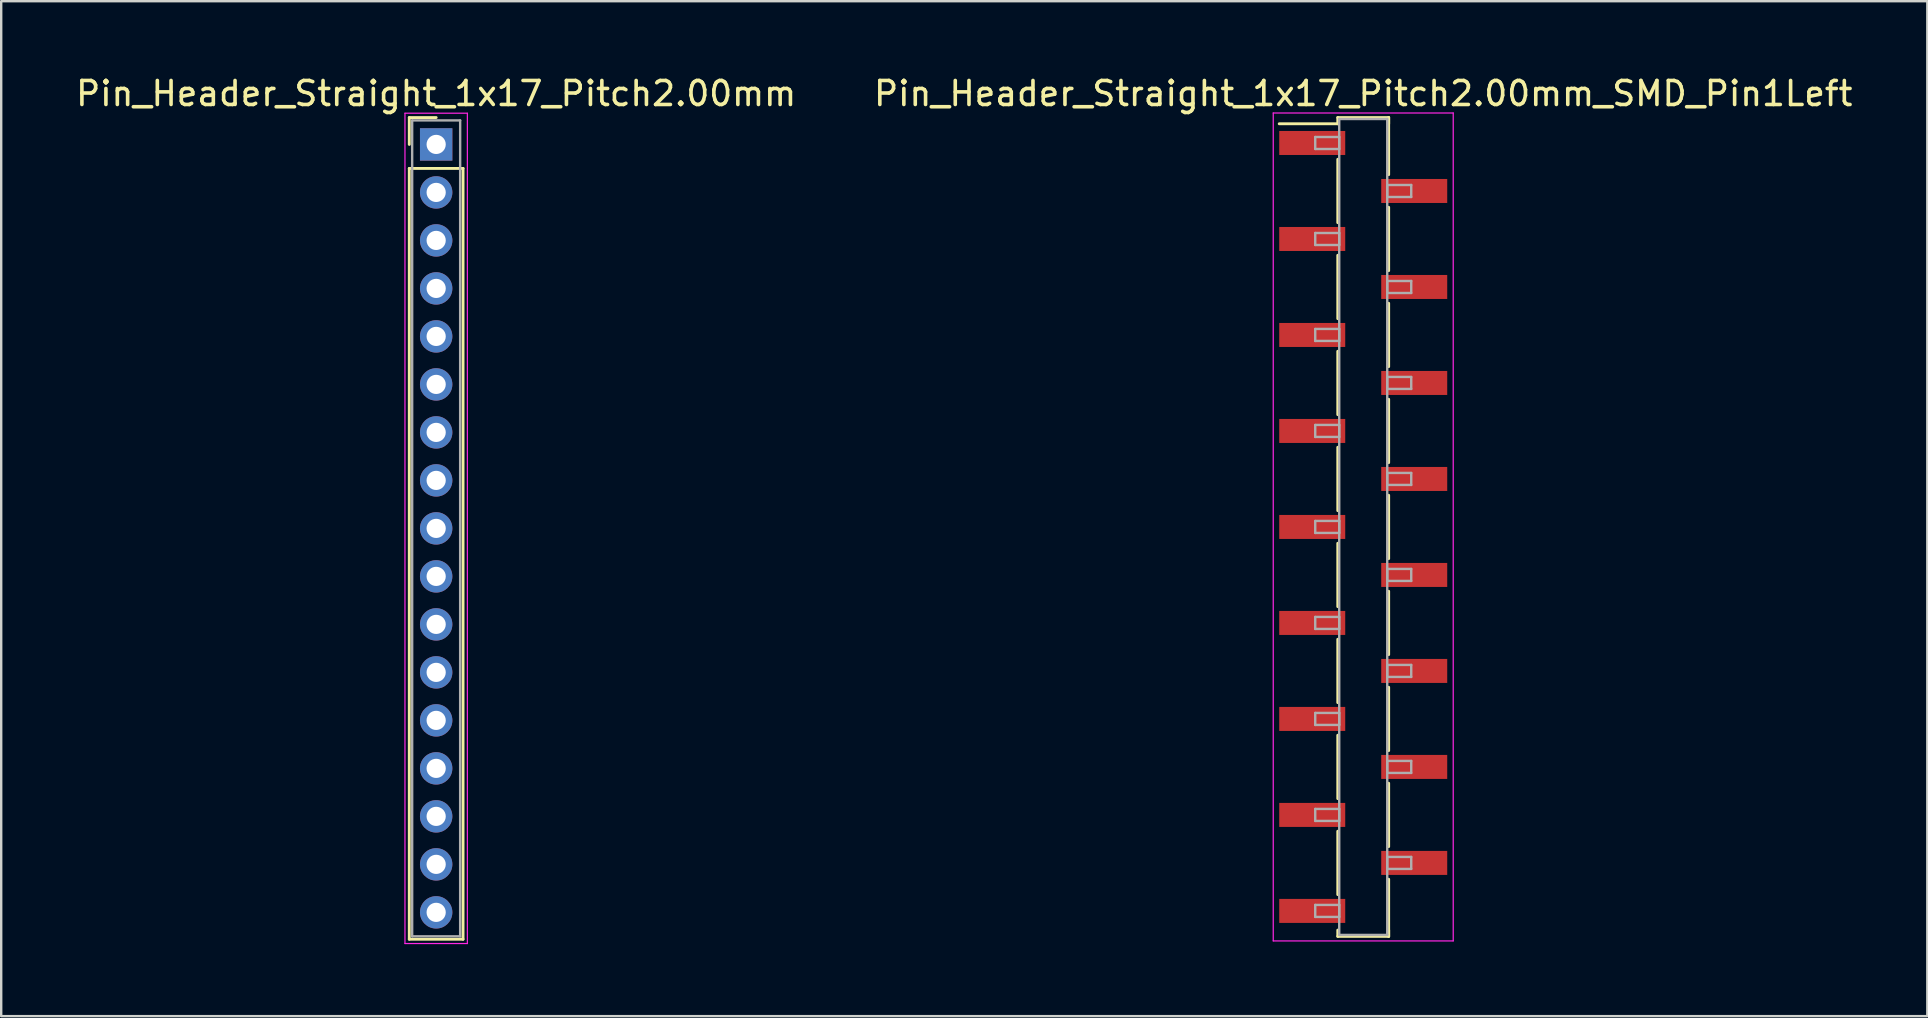
<source format=kicad_pcb>
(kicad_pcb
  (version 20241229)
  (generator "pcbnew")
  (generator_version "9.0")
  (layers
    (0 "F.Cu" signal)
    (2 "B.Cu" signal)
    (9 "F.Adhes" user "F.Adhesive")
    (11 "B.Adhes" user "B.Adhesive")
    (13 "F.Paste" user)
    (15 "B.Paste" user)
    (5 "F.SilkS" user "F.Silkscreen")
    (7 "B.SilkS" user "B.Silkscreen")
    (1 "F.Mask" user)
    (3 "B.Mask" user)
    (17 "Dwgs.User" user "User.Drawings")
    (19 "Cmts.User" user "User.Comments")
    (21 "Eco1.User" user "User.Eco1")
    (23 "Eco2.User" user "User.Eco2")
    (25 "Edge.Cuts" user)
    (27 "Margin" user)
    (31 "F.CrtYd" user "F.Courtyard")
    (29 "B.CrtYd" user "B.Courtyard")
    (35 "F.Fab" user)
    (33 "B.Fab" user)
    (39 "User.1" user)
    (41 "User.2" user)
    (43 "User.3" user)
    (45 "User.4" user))
  (footprint "Pin_Header_Straight_1x17_Pitch2.00mm_SMD_Pin1Left"
    (layer "F.Cu")
    (at 53.756 18.908)
    (property "Reference" "Pin_Header_Straight_1x17_Pitch2.00mm_SMD_Pin1Left" (at 0 -18.06 0) (layer "F.SilkS") (effects (font (size 1 1) (thickness 0.15))))
    (attr smd)
    (fp_line (start -1.06 -17.06) (end 1.06 -17.06) (stroke (width 0.12) (type solid)) (layer "F.SilkS"))
    (fp_line (start -1.06 -16.8) (end -3.5 -16.8) (stroke (width 0.12) (type solid)) (layer "F.SilkS"))
    (fp_line (start -1.06 -16.8) (end -1.06 -17.06) (stroke (width 0.12) (type solid)) (layer "F.SilkS"))
    (fp_line (start -1.06 -15.32) (end -1.06 -12.68) (stroke (width 0.12) (type solid)) (layer "F.SilkS"))
    (fp_line (start -1.06 -11.32) (end -1.06 -8.68) (stroke (width 0.12) (type solid)) (layer "F.SilkS"))
    (fp_line (start -1.06 -7.32) (end -1.06 -4.68) (stroke (width 0.12) (type solid)) (layer "F.SilkS"))
    (fp_line (start -1.06 -3.32) (end -1.06 -0.68) (stroke (width 0.12) (type solid)) (layer "F.SilkS"))
    (fp_line (start -1.06 0.68) (end -1.06 3.32) (stroke (width 0.12) (type solid)) (layer "F.SilkS"))
    (fp_line (start -1.06 4.68) (end -1.06 7.32) (stroke (width 0.12) (type solid)) (layer "F.SilkS"))
    (fp_line (start -1.06 8.68) (end -1.06 11.32) (stroke (width 0.12) (type solid)) (layer "F.SilkS"))
    (fp_line (start -1.06 12.68) (end -1.06 15.32) (stroke (width 0.12) (type solid)) (layer "F.SilkS"))
    (fp_line (start -1.06 16.8) (end -1.06 17.06) (stroke (width 0.12) (type solid)) (layer "F.SilkS"))
    (fp_line (start -1.06 17.06) (end 1.06 17.06) (stroke (width 0.12) (type solid)) (layer "F.SilkS"))
    (fp_line (start 1.06 -17.06) (end 1.06 -16.8) (stroke (width 0.12) (type solid)) (layer "F.SilkS"))
    (fp_line (start 1.06 -17.06) (end 1.06 -14.68) (stroke (width 0.12) (type solid)) (layer "F.SilkS"))
    (fp_line (start 1.06 -13.32) (end 1.06 -10.68) (stroke (width 0.12) (type solid)) (layer "F.SilkS"))
    (fp_line (start 1.06 -9.32) (end 1.06 -6.68) (stroke (width 0.12) (type solid)) (layer "F.SilkS"))
    (fp_line (start 1.06 -5.32) (end 1.06 -2.68) (stroke (width 0.12) (type solid)) (layer "F.SilkS"))
    (fp_line (start 1.06 -1.32) (end 1.06 1.32) (stroke (width 0.12) (type solid)) (layer "F.SilkS"))
    (fp_line (start 1.06 2.68) (end 1.06 5.32) (stroke (width 0.12) (type solid)) (layer "F.SilkS"))
    (fp_line (start 1.06 6.68) (end 1.06 9.32) (stroke (width 0.12) (type solid)) (layer "F.SilkS"))
    (fp_line (start 1.06 10.68) (end 1.06 13.32) (stroke (width 0.12) (type solid)) (layer "F.SilkS"))
    (fp_line (start 1.06 14.68) (end 1.06 17.06) (stroke (width 0.12) (type solid)) (layer "F.SilkS"))
    (fp_line (start 1.06 17.06) (end 1.06 16.8) (stroke (width 0.12) (type solid)) (layer "F.SilkS"))
    (fp_line (start -3.75 -17.25) (end -3.75 17.25) (stroke (width 0.05) (type solid)) (layer "F.CrtYd"))
    (fp_line (start -3.75 17.25) (end 3.75 17.25) (stroke (width 0.05) (type solid)) (layer "F.CrtYd"))
    (fp_line (start 3.75 -17.25) (end -3.75 -17.25) (stroke (width 0.05) (type solid)) (layer "F.CrtYd"))
    (fp_line (start 3.75 17.25) (end 3.75 -17.25) (stroke (width 0.05) (type solid)) (layer "F.CrtYd"))
    (fp_line (start -2 -16.25) (end -1 -16.25) (stroke (width 0.1) (type solid)) (layer "F.Fab"))
    (fp_line (start -2 -15.75) (end -2 -16.25) (stroke (width 0.1) (type solid)) (layer "F.Fab"))
    (fp_line (start -2 -12.25) (end -1 -12.25) (stroke (width 0.1) (type solid)) (layer "F.Fab"))
    (fp_line (start -2 -11.75) (end -2 -12.25) (stroke (width 0.1) (type solid)) (layer "F.Fab"))
    (fp_line (start -2 -8.25) (end -1 -8.25) (stroke (width 0.1) (type solid)) (layer "F.Fab"))
    (fp_line (start -2 -7.75) (end -2 -8.25) (stroke (width 0.1) (type solid)) (layer "F.Fab"))
    (fp_line (start -2 -4.25) (end -1 -4.25) (stroke (width 0.1) (type solid)) (layer "F.Fab"))
    (fp_line (start -2 -3.75) (end -2 -4.25) (stroke (width 0.1) (type solid)) (layer "F.Fab"))
    (fp_line (start -2 -0.25) (end -1 -0.25) (stroke (width 0.1) (type solid)) (layer "F.Fab"))
    (fp_line (start -2 0.25) (end -2 -0.25) (stroke (width 0.1) (type solid)) (layer "F.Fab"))
    (fp_line (start -2 3.75) (end -1 3.75) (stroke (width 0.1) (type solid)) (layer "F.Fab"))
    (fp_line (start -2 4.25) (end -2 3.75) (stroke (width 0.1) (type solid)) (layer "F.Fab"))
    (fp_line (start -2 7.75) (end -1 7.75) (stroke (width 0.1) (type solid)) (layer "F.Fab"))
    (fp_line (start -2 8.25) (end -2 7.75) (stroke (width 0.1) (type solid)) (layer "F.Fab"))
    (fp_line (start -2 11.75) (end -1 11.75) (stroke (width 0.1) (type solid)) (layer "F.Fab"))
    (fp_line (start -2 12.25) (end -2 11.75) (stroke (width 0.1) (type solid)) (layer "F.Fab"))
    (fp_line (start -2 15.75) (end -1 15.75) (stroke (width 0.1) (type solid)) (layer "F.Fab"))
    (fp_line (start -2 16.25) (end -2 15.75) (stroke (width 0.1) (type solid)) (layer "F.Fab"))
    (fp_line (start -1 -17) (end -1 17) (stroke (width 0.1) (type solid)) (layer "F.Fab"))
    (fp_line (start -1 -16.25) (end -1 -15.75) (stroke (width 0.1) (type solid)) (layer "F.Fab"))
    (fp_line (start -1 -15.75) (end -2 -15.75) (stroke (width 0.1) (type solid)) (layer "F.Fab"))
    (fp_line (start -1 -12.25) (end -1 -11.75) (stroke (width 0.1) (type solid)) (layer "F.Fab"))
    (fp_line (start -1 -11.75) (end -2 -11.75) (stroke (width 0.1) (type solid)) (layer "F.Fab"))
    (fp_line (start -1 -8.25) (end -1 -7.75) (stroke (width 0.1) (type solid)) (layer "F.Fab"))
    (fp_line (start -1 -7.75) (end -2 -7.75) (stroke (width 0.1) (type solid)) (layer "F.Fab"))
    (fp_line (start -1 -4.25) (end -1 -3.75) (stroke (width 0.1) (type solid)) (layer "F.Fab"))
    (fp_line (start -1 -3.75) (end -2 -3.75) (stroke (width 0.1) (type solid)) (layer "F.Fab"))
    (fp_line (start -1 -0.25) (end -1 0.25) (stroke (width 0.1) (type solid)) (layer "F.Fab"))
    (fp_line (start -1 0.25) (end -2 0.25) (stroke (width 0.1) (type solid)) (layer "F.Fab"))
    (fp_line (start -1 3.75) (end -1 4.25) (stroke (width 0.1) (type solid)) (layer "F.Fab"))
    (fp_line (start -1 4.25) (end -2 4.25) (stroke (width 0.1) (type solid)) (layer "F.Fab"))
    (fp_line (start -1 7.75) (end -1 8.25) (stroke (width 0.1) (type solid)) (layer "F.Fab"))
    (fp_line (start -1 8.25) (end -2 8.25) (stroke (width 0.1) (type solid)) (layer "F.Fab"))
    (fp_line (start -1 11.75) (end -1 12.25) (stroke (width 0.1) (type solid)) (layer "F.Fab"))
    (fp_line (start -1 12.25) (end -2 12.25) (stroke (width 0.1) (type solid)) (layer "F.Fab"))
    (fp_line (start -1 15.75) (end -1 16.25) (stroke (width 0.1) (type solid)) (layer "F.Fab"))
    (fp_line (start -1 16.25) (end -2 16.25) (stroke (width 0.1) (type solid)) (layer "F.Fab"))
    (fp_line (start -1 17) (end 1 17) (stroke (width 0.1) (type solid)) (layer "F.Fab"))
    (fp_line (start 1 -17) (end -1 -17) (stroke (width 0.1) (type solid)) (layer "F.Fab"))
    (fp_line (start 1 -14.25) (end 1 -13.75) (stroke (width 0.1) (type solid)) (layer "F.Fab"))
    (fp_line (start 1 -13.75) (end 2 -13.75) (stroke (width 0.1) (type solid)) (layer "F.Fab"))
    (fp_line (start 1 -10.25) (end 1 -9.75) (stroke (width 0.1) (type solid)) (layer "F.Fab"))
    (fp_line (start 1 -9.75) (end 2 -9.75) (stroke (width 0.1) (type solid)) (layer "F.Fab"))
    (fp_line (start 1 -6.25) (end 1 -5.75) (stroke (width 0.1) (type solid)) (layer "F.Fab"))
    (fp_line (start 1 -5.75) (end 2 -5.75) (stroke (width 0.1) (type solid)) (layer "F.Fab"))
    (fp_line (start 1 -2.25) (end 1 -1.75) (stroke (width 0.1) (type solid)) (layer "F.Fab"))
    (fp_line (start 1 -1.75) (end 2 -1.75) (stroke (width 0.1) (type solid)) (layer "F.Fab"))
    (fp_line (start 1 1.75) (end 1 2.25) (stroke (width 0.1) (type solid)) (layer "F.Fab"))
    (fp_line (start 1 2.25) (end 2 2.25) (stroke (width 0.1) (type solid)) (layer "F.Fab"))
    (fp_line (start 1 5.75) (end 1 6.25) (stroke (width 0.1) (type solid)) (layer "F.Fab"))
    (fp_line (start 1 6.25) (end 2 6.25) (stroke (width 0.1) (type solid)) (layer "F.Fab"))
    (fp_line (start 1 9.75) (end 1 10.25) (stroke (width 0.1) (type solid)) (layer "F.Fab"))
    (fp_line (start 1 10.25) (end 2 10.25) (stroke (width 0.1) (type solid)) (layer "F.Fab"))
    (fp_line (start 1 13.75) (end 1 14.25) (stroke (width 0.1) (type solid)) (layer "F.Fab"))
    (fp_line (start 1 14.25) (end 2 14.25) (stroke (width 0.1) (type solid)) (layer "F.Fab"))
    (fp_line (start 1 17) (end 1 -17) (stroke (width 0.1) (type solid)) (layer "F.Fab"))
    (fp_line (start 2 -14.25) (end 1 -14.25) (stroke (width 0.1) (type solid)) (layer "F.Fab"))
    (fp_line (start 2 -13.75) (end 2 -14.25) (stroke (width 0.1) (type solid)) (layer "F.Fab"))
    (fp_line (start 2 -10.25) (end 1 -10.25) (stroke (width 0.1) (type solid)) (layer "F.Fab"))
    (fp_line (start 2 -9.75) (end 2 -10.25) (stroke (width 0.1) (type solid)) (layer "F.Fab"))
    (fp_line (start 2 -6.25) (end 1 -6.25) (stroke (width 0.1) (type solid)) (layer "F.Fab"))
    (fp_line (start 2 -5.75) (end 2 -6.25) (stroke (width 0.1) (type solid)) (layer "F.Fab"))
    (fp_line (start 2 -2.25) (end 1 -2.25) (stroke (width 0.1) (type solid)) (layer "F.Fab"))
    (fp_line (start 2 -1.75) (end 2 -2.25) (stroke (width 0.1) (type solid)) (layer "F.Fab"))
    (fp_line (start 2 1.75) (end 1 1.75) (stroke (width 0.1) (type solid)) (layer "F.Fab"))
    (fp_line (start 2 2.25) (end 2 1.75) (stroke (width 0.1) (type solid)) (layer "F.Fab"))
    (fp_line (start 2 5.75) (end 1 5.75) (stroke (width 0.1) (type solid)) (layer "F.Fab"))
    (fp_line (start 2 6.25) (end 2 5.75) (stroke (width 0.1) (type solid)) (layer "F.Fab"))
    (fp_line (start 2 9.75) (end 1 9.75) (stroke (width 0.1) (type solid)) (layer "F.Fab"))
    (fp_line (start 2 10.25) (end 2 9.75) (stroke (width 0.1) (type solid)) (layer "F.Fab"))
    (fp_line (start 2 13.75) (end 1 13.75) (stroke (width 0.1) (type solid)) (layer "F.Fab"))
    (fp_line (start 2 14.25) (end 2 13.75) (stroke (width 0.1) (type solid)) (layer "F.Fab"))
    (pad "1" smd rect (at -2.125 -16) (size 2.75 1) (layers "F.Cu" "F.Mask"))
    (pad "2" smd rect (at 2.125 -14) (size 2.75 1) (layers "F.Cu" "F.Mask"))
    (pad "3" smd rect (at -2.125 -12) (size 2.75 1) (layers "F.Cu" "F.Mask"))
    (pad "4" smd rect (at 2.125 -10) (size 2.75 1) (layers "F.Cu" "F.Mask"))
    (pad "5" smd rect (at -2.125 -8) (size 2.75 1) (layers "F.Cu" "F.Mask"))
    (pad "6" smd rect (at 2.125 -6) (size 2.75 1) (layers "F.Cu" "F.Mask"))
    (pad "7" smd rect (at -2.125 -4) (size 2.75 1) (layers "F.Cu" "F.Mask"))
    (pad "8" smd rect (at 2.125 -2) (size 2.75 1) (layers "F.Cu" "F.Mask"))
    (pad "9" smd rect (at -2.125 0) (size 2.75 1) (layers "F.Cu" "F.Mask"))
    (pad "10" smd rect (at 2.125 2) (size 2.75 1) (layers "F.Cu" "F.Mask"))
    (pad "11" smd rect (at -2.125 4) (size 2.75 1) (layers "F.Cu" "F.Mask"))
    (pad "12" smd rect (at 2.125 6) (size 2.75 1) (layers "F.Cu" "F.Mask"))
    (pad "13" smd rect (at -2.125 8) (size 2.75 1) (layers "F.Cu" "F.Mask"))
    (pad "14" smd rect (at 2.125 10) (size 2.75 1) (layers "F.Cu" "F.Mask"))
    (pad "15" smd rect (at -2.125 12) (size 2.75 1) (layers "F.Cu" "F.Mask"))
    (pad "16" smd rect (at 2.125 14) (size 2.75 1) (layers "F.Cu" "F.Mask"))
    (pad "17" smd rect (at -2.125 16) (size 2.75 1) (layers "F.Cu" "F.Mask")))
  (footprint "Pin_Header_Straight_1x17_Pitch2.00mm"
    (layer "F.Cu")
    (at 15.125 2.968)
    (property "Reference" "Pin_Header_Straight_1x17_Pitch2.00mm" (at 0 -2.12 0) (layer "F.SilkS") (effects (font (size 1 1) (thickness 0.15))))
    (attr through_hole)
    (fp_line (start -1.12 -1.12) (end 0 -1.12) (stroke (width 0.12) (type solid)) (layer "F.SilkS"))
    (fp_line (start -1.12 0) (end -1.12 -1.12) (stroke (width 0.12) (type solid)) (layer "F.SilkS"))
    (fp_line (start -1.12 1) (end -1.12 33.12) (stroke (width 0.12) (type solid)) (layer "F.SilkS"))
    (fp_line (start -1.12 33.12) (end 1.12 33.12) (stroke (width 0.12) (type solid)) (layer "F.SilkS"))
    (fp_line (start 1.12 1) (end -1.12 1) (stroke (width 0.12) (type solid)) (layer "F.SilkS"))
    (fp_line (start 1.12 33.12) (end 1.12 1) (stroke (width 0.12) (type solid)) (layer "F.SilkS"))
    (fp_line (start -1.3 -1.3) (end -1.3 33.3) (stroke (width 0.05) (type solid)) (layer "F.CrtYd"))
    (fp_line (start -1.3 33.3) (end 1.3 33.3) (stroke (width 0.05) (type solid)) (layer "F.CrtYd"))
    (fp_line (start 1.3 -1.3) (end -1.3 -1.3) (stroke (width 0.05) (type solid)) (layer "F.CrtYd"))
    (fp_line (start 1.3 33.3) (end 1.3 -1.3) (stroke (width 0.05) (type solid)) (layer "F.CrtYd"))
    (fp_line (start -1 -1) (end -1 33) (stroke (width 0.1) (type solid)) (layer "F.Fab"))
    (fp_line (start -1 33) (end 1 33) (stroke (width 0.1) (type solid)) (layer "F.Fab"))
    (fp_line (start 1 -1) (end -1 -1) (stroke (width 0.1) (type solid)) (layer "F.Fab"))
    (fp_line (start 1 33) (end 1 -1) (stroke (width 0.1) (type solid)) (layer "F.Fab"))
    (pad "1" thru_hole rect (at 0 0) (size 1.35 1.35) (drill 0.8) (layers "*.Cu" "*.Mask"))
    (pad "2" thru_hole oval (at 0 2) (size 1.35 1.35) (drill 0.8) (layers "*.Cu" "*.Mask"))
    (pad "3" thru_hole oval (at 0 4) (size 1.35 1.35) (drill 0.8) (layers "*.Cu" "*.Mask"))
    (pad "4" thru_hole oval (at 0 6) (size 1.35 1.35) (drill 0.8) (layers "*.Cu" "*.Mask"))
    (pad "5" thru_hole oval (at 0 8) (size 1.35 1.35) (drill 0.8) (layers "*.Cu" "*.Mask"))
    (pad "6" thru_hole oval (at 0 10) (size 1.35 1.35) (drill 0.8) (layers "*.Cu" "*.Mask"))
    (pad "7" thru_hole oval (at 0 12) (size 1.35 1.35) (drill 0.8) (layers "*.Cu" "*.Mask"))
    (pad "8" thru_hole oval (at 0 14) (size 1.35 1.35) (drill 0.8) (layers "*.Cu" "*.Mask"))
    (pad "9" thru_hole oval (at 0 16) (size 1.35 1.35) (drill 0.8) (layers "*.Cu" "*.Mask"))
    (pad "10" thru_hole oval (at 0 18) (size 1.35 1.35) (drill 0.8) (layers "*.Cu" "*.Mask"))
    (pad "11" thru_hole oval (at 0 20) (size 1.35 1.35) (drill 0.8) (layers "*.Cu" "*.Mask"))
    (pad "12" thru_hole oval (at 0 22) (size 1.35 1.35) (drill 0.8) (layers "*.Cu" "*.Mask"))
    (pad "13" thru_hole oval (at 0 24) (size 1.35 1.35) (drill 0.8) (layers "*.Cu" "*.Mask"))
    (pad "14" thru_hole oval (at 0 26) (size 1.35 1.35) (drill 0.8) (layers "*.Cu" "*.Mask"))
    (pad "15" thru_hole oval (at 0 28) (size 1.35 1.35) (drill 0.8) (layers "*.Cu" "*.Mask"))
    (pad "16" thru_hole oval (at 0 30) (size 1.35 1.35) (drill 0.8) (layers "*.Cu" "*.Mask"))
    (pad "17" thru_hole oval (at 0 32) (size 1.35 1.35) (drill 0.8) (layers "*.Cu" "*.Mask")))
  (gr_rect
    (start -3 -3)
    (end 77.262 39.293)
    (stroke (width 0.1) (type default))
    (fill no)
    (layer "Edge.Cuts")))
</source>
